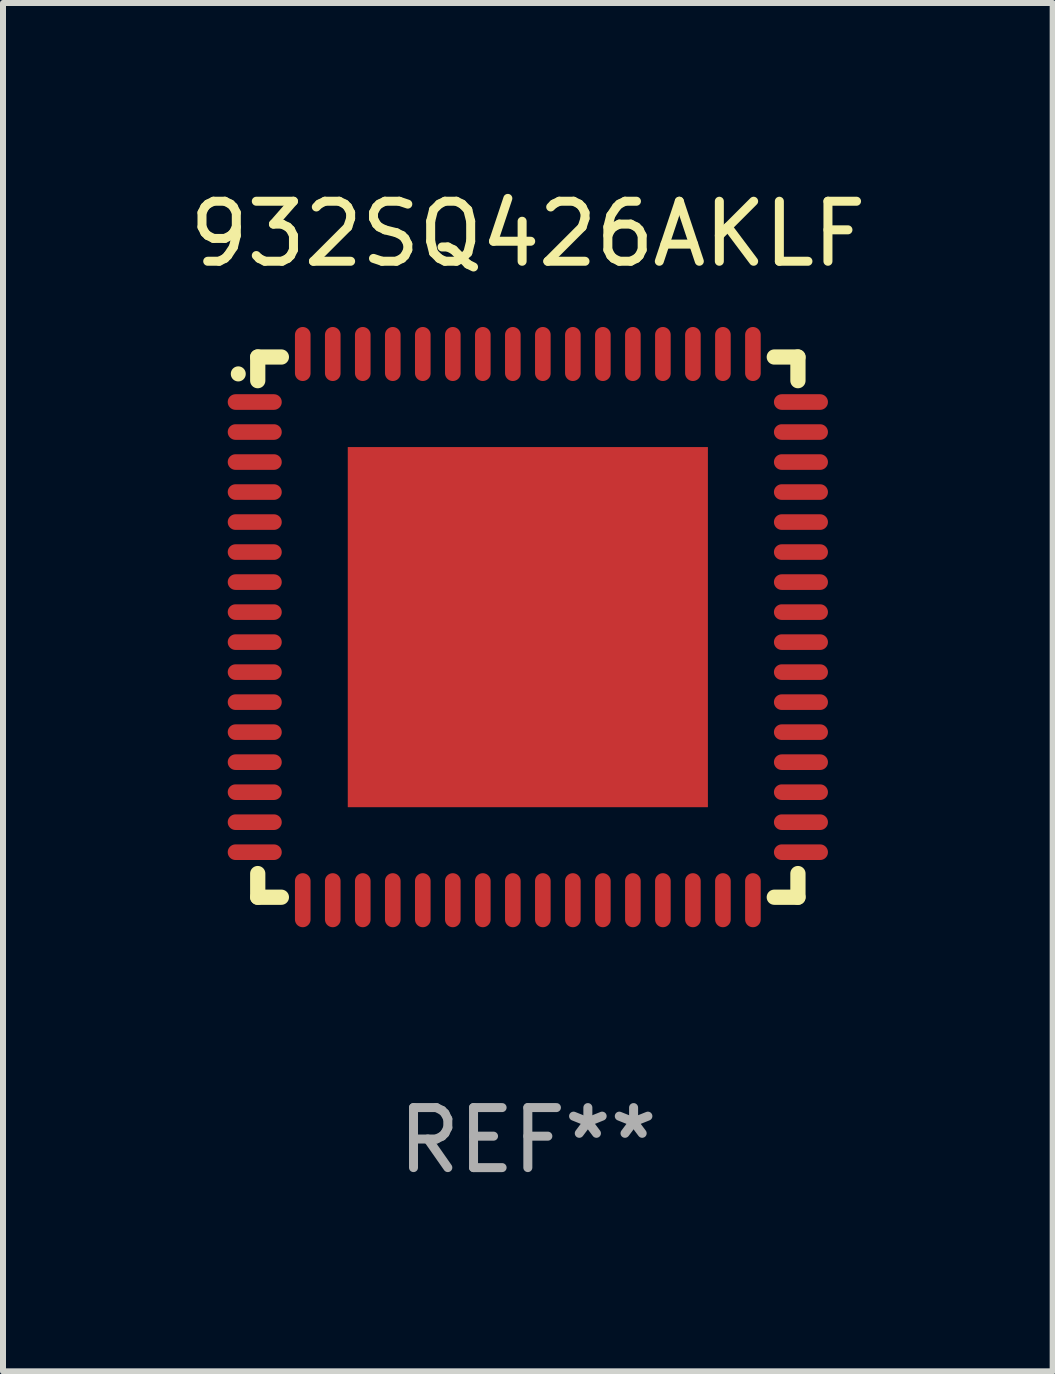
<source format=kicad_pcb>
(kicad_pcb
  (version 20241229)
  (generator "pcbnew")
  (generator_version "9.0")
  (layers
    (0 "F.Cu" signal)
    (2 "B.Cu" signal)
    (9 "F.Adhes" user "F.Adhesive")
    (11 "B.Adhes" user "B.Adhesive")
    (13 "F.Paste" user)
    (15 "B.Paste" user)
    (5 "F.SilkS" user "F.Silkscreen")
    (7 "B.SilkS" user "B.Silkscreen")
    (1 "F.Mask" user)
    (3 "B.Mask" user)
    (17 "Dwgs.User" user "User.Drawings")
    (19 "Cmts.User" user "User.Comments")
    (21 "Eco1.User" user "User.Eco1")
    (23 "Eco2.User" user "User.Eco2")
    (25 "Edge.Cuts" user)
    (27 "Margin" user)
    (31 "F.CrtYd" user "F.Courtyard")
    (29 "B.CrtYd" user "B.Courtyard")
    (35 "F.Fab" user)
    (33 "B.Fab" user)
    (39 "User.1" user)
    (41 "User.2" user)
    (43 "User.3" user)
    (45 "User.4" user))
  (footprint "932SQ426AKLF"
    (layer "F.Cu")
    (at 5.744 7.398)
    (property "Reference" "932SQ426AKLF" (at 0 -6.55 0) (layer "F.SilkS") (effects (font (size 1 1) (thickness 0.15))))
    (attr through_hole)
    (fp_line (start -4.5 -4.5) (end -4.106 -4.5) (stroke (width 0.254) (type solid)) (layer "F.SilkS"))
    (fp_line (start -4.5 -4.106) (end -4.5 -4.5) (stroke (width 0.254) (type solid)) (layer "F.SilkS"))
    (fp_line (start -4.5 4.5) (end -4.5 4.106) (stroke (width 0.254) (type solid)) (layer "F.SilkS"))
    (fp_line (start -4.106 4.5) (end -4.5 4.5) (stroke (width 0.254) (type solid)) (layer "F.SilkS"))
    (fp_line (start 4.106 -4.5) (end 4.5 -4.5) (stroke (width 0.254) (type solid)) (layer "F.SilkS"))
    (fp_line (start 4.5 -4.5) (end 4.5 -4.106) (stroke (width 0.254) (type solid)) (layer "F.SilkS"))
    (fp_line (start 4.5 4.106) (end 4.5 4.5) (stroke (width 0.254) (type solid)) (layer "F.SilkS"))
    (fp_line (start 4.5 4.5) (end 4.106 4.5) (stroke (width 0.254) (type solid)) (layer "F.SilkS"))
    (fp_arc (start -4.824308 -4.217501) (mid -4.824314 -4.218771) (end -4.824308 -4.220041) (stroke (width 0.24892) (type solid)) (layer "F.SilkS"))
    (fp_text user "REF**" (at 0 8.55 0) (layer "F.Fab") (effects (font (size 1 1) (thickness 0.15))))
    (pad "1" smd oval (at -4.55 -3.75) (size 0.9 0.26) (layers "F.Cu" "F.Mask" "F.Paste"))
    (pad "2" smd oval (at -4.55 -3.25) (size 0.9 0.26) (layers "F.Cu" "F.Mask" "F.Paste"))
    (pad "3" smd oval (at -4.55 -2.75) (size 0.9 0.26) (layers "F.Cu" "F.Mask" "F.Paste"))
    (pad "4" smd oval (at -4.55 -2.25) (size 0.9 0.26) (layers "F.Cu" "F.Mask" "F.Paste"))
    (pad "5" smd oval (at -4.55 -1.75) (size 0.9 0.26) (layers "F.Cu" "F.Mask" "F.Paste"))
    (pad "6" smd oval (at -4.55 -1.25) (size 0.9 0.26) (layers "F.Cu" "F.Mask" "F.Paste"))
    (pad "7" smd oval (at -4.55 -0.75) (size 0.9 0.26) (layers "F.Cu" "F.Mask" "F.Paste"))
    (pad "8" smd oval (at -4.55 -0.25) (size 0.9 0.26) (layers "F.Cu" "F.Mask" "F.Paste"))
    (pad "9" smd oval (at -4.55 0.25) (size 0.9 0.26) (layers "F.Cu" "F.Mask" "F.Paste"))
    (pad "10" smd oval (at -4.55 0.75) (size 0.9 0.26) (layers "F.Cu" "F.Mask" "F.Paste"))
    (pad "11" smd oval (at -4.55 1.25) (size 0.9 0.26) (layers "F.Cu" "F.Mask" "F.Paste"))
    (pad "12" smd oval (at -4.55 1.75) (size 0.9 0.26) (layers "F.Cu" "F.Mask" "F.Paste"))
    (pad "13" smd oval (at -4.55 2.25) (size 0.9 0.26) (layers "F.Cu" "F.Mask" "F.Paste"))
    (pad "14" smd oval (at -4.55 2.75) (size 0.9 0.26) (layers "F.Cu" "F.Mask" "F.Paste"))
    (pad "15" smd oval (at -4.55 3.25) (size 0.9 0.26) (layers "F.Cu" "F.Mask" "F.Paste"))
    (pad "16" smd oval (at -4.55 3.75) (size 0.9 0.26) (layers "F.Cu" "F.Mask" "F.Paste"))
    (pad "17" smd oval (at -3.75 4.55) (size 0.26 0.9) (layers "F.Cu" "F.Mask" "F.Paste"))
    (pad "18" smd oval (at -3.25 4.55) (size 0.26 0.9) (layers "F.Cu" "F.Mask" "F.Paste"))
    (pad "19" smd oval (at -2.75 4.55) (size 0.26 0.9) (layers "F.Cu" "F.Mask" "F.Paste"))
    (pad "20" smd oval (at -2.25 4.55) (size 0.26 0.9) (layers "F.Cu" "F.Mask" "F.Paste"))
    (pad "21" smd oval (at -1.75 4.55) (size 0.26 0.9) (layers "F.Cu" "F.Mask" "F.Paste"))
    (pad "22" smd oval (at -1.25 4.55) (size 0.26 0.9) (layers "F.Cu" "F.Mask" "F.Paste"))
    (pad "23" smd oval (at -0.75 4.55) (size 0.26 0.9) (layers "F.Cu" "F.Mask" "F.Paste"))
    (pad "24" smd oval (at -0.25 4.55) (size 0.26 0.9) (layers "F.Cu" "F.Mask" "F.Paste"))
    (pad "25" smd oval (at 0.25 4.55) (size 0.26 0.9) (layers "F.Cu" "F.Mask" "F.Paste"))
    (pad "26" smd oval (at 0.75 4.55) (size 0.26 0.9) (layers "F.Cu" "F.Mask" "F.Paste"))
    (pad "27" smd oval (at 1.25 4.55) (size 0.26 0.9) (layers "F.Cu" "F.Mask" "F.Paste"))
    (pad "28" smd oval (at 1.75 4.55) (size 0.26 0.9) (layers "F.Cu" "F.Mask" "F.Paste"))
    (pad "29" smd oval (at 2.25 4.55) (size 0.26 0.9) (layers "F.Cu" "F.Mask" "F.Paste"))
    (pad "30" smd oval (at 2.75 4.55) (size 0.26 0.9) (layers "F.Cu" "F.Mask" "F.Paste"))
    (pad "31" smd oval (at 3.25 4.55) (size 0.26 0.9) (layers "F.Cu" "F.Mask" "F.Paste"))
    (pad "32" smd oval (at 3.75 4.55) (size 0.26 0.9) (layers "F.Cu" "F.Mask" "F.Paste"))
    (pad "33" smd oval (at 4.55 3.75) (size 0.9 0.26) (layers "F.Cu" "F.Mask" "F.Paste"))
    (pad "34" smd oval (at 4.55 3.25) (size 0.9 0.26) (layers "F.Cu" "F.Mask" "F.Paste"))
    (pad "35" smd oval (at 4.55 2.75) (size 0.9 0.26) (layers "F.Cu" "F.Mask" "F.Paste"))
    (pad "36" smd oval (at 4.55 2.25) (size 0.9 0.26) (layers "F.Cu" "F.Mask" "F.Paste"))
    (pad "37" smd oval (at 4.55 1.75) (size 0.9 0.26) (layers "F.Cu" "F.Mask" "F.Paste"))
    (pad "38" smd oval (at 4.55 1.25) (size 0.9 0.26) (layers "F.Cu" "F.Mask" "F.Paste"))
    (pad "39" smd oval (at 4.55 0.75) (size 0.9 0.26) (layers "F.Cu" "F.Mask" "F.Paste"))
    (pad "40" smd oval (at 4.55 0.25) (size 0.9 0.26) (layers "F.Cu" "F.Mask" "F.Paste"))
    (pad "41" smd oval (at 4.55 -0.25) (size 0.9 0.26) (layers "F.Cu" "F.Mask" "F.Paste"))
    (pad "42" smd oval (at 4.55 -0.75) (size 0.9 0.26) (layers "F.Cu" "F.Mask" "F.Paste"))
    (pad "43" smd oval (at 4.55 -1.25) (size 0.9 0.26) (layers "F.Cu" "F.Mask" "F.Paste"))
    (pad "44" smd oval (at 4.55 -1.75) (size 0.9 0.26) (layers "F.Cu" "F.Mask" "F.Paste"))
    (pad "45" smd oval (at 4.55 -2.25) (size 0.9 0.26) (layers "F.Cu" "F.Mask" "F.Paste"))
    (pad "46" smd oval (at 4.55 -2.75) (size 0.9 0.26) (layers "F.Cu" "F.Mask" "F.Paste"))
    (pad "47" smd oval (at 4.55 -3.25) (size 0.9 0.26) (layers "F.Cu" "F.Mask" "F.Paste"))
    (pad "48" smd oval (at 4.55 -3.75) (size 0.9 0.26) (layers "F.Cu" "F.Mask" "F.Paste"))
    (pad "49" smd oval (at 3.75 -4.55) (size 0.26 0.9) (layers "F.Cu" "F.Mask" "F.Paste"))
    (pad "50" smd oval (at 3.25 -4.55) (size 0.26 0.9) (layers "F.Cu" "F.Mask" "F.Paste"))
    (pad "51" smd oval (at 2.75 -4.55) (size 0.26 0.9) (layers "F.Cu" "F.Mask" "F.Paste"))
    (pad "52" smd oval (at 2.25 -4.55) (size 0.26 0.9) (layers "F.Cu" "F.Mask" "F.Paste"))
    (pad "53" smd oval (at 1.75 -4.55) (size 0.26 0.9) (layers "F.Cu" "F.Mask" "F.Paste"))
    (pad "54" smd oval (at 1.25 -4.55) (size 0.26 0.9) (layers "F.Cu" "F.Mask" "F.Paste"))
    (pad "55" smd oval (at 0.75 -4.55) (size 0.26 0.9) (layers "F.Cu" "F.Mask" "F.Paste"))
    (pad "56" smd oval (at 0.25 -4.55) (size 0.26 0.9) (layers "F.Cu" "F.Mask" "F.Paste"))
    (pad "57" smd oval (at -0.25 -4.55) (size 0.26 0.9) (layers "F.Cu" "F.Mask" "F.Paste"))
    (pad "58" smd oval (at -0.75 -4.55) (size 0.26 0.9) (layers "F.Cu" "F.Mask" "F.Paste"))
    (pad "59" smd oval (at -1.25 -4.55) (size 0.26 0.9) (layers "F.Cu" "F.Mask" "F.Paste"))
    (pad "60" smd oval (at -1.75 -4.55) (size 0.26 0.9) (layers "F.Cu" "F.Mask" "F.Paste"))
    (pad "61" smd oval (at -2.25 -4.55) (size 0.26 0.9) (layers "F.Cu" "F.Mask" "F.Paste"))
    (pad "62" smd oval (at -2.75 -4.55) (size 0.26 0.9) (layers "F.Cu" "F.Mask" "F.Paste"))
    (pad "63" smd oval (at -3.25 -4.55) (size 0.26 0.9) (layers "F.Cu" "F.Mask" "F.Paste"))
    (pad "64" smd oval (at -3.75 -4.55) (size 0.26 0.9) (layers "F.Cu" "F.Mask" "F.Paste"))
    (pad "65" smd rect (at 0 0.000381) (size 6 6) (layers "F.Cu" "F.Mask" "F.Paste")))
  (gr_rect
    (start -3 -3)
    (end 14.488 19.797)
    (stroke (width 0.1) (type default))
    (fill no)
    (layer "Edge.Cuts")))
</source>
